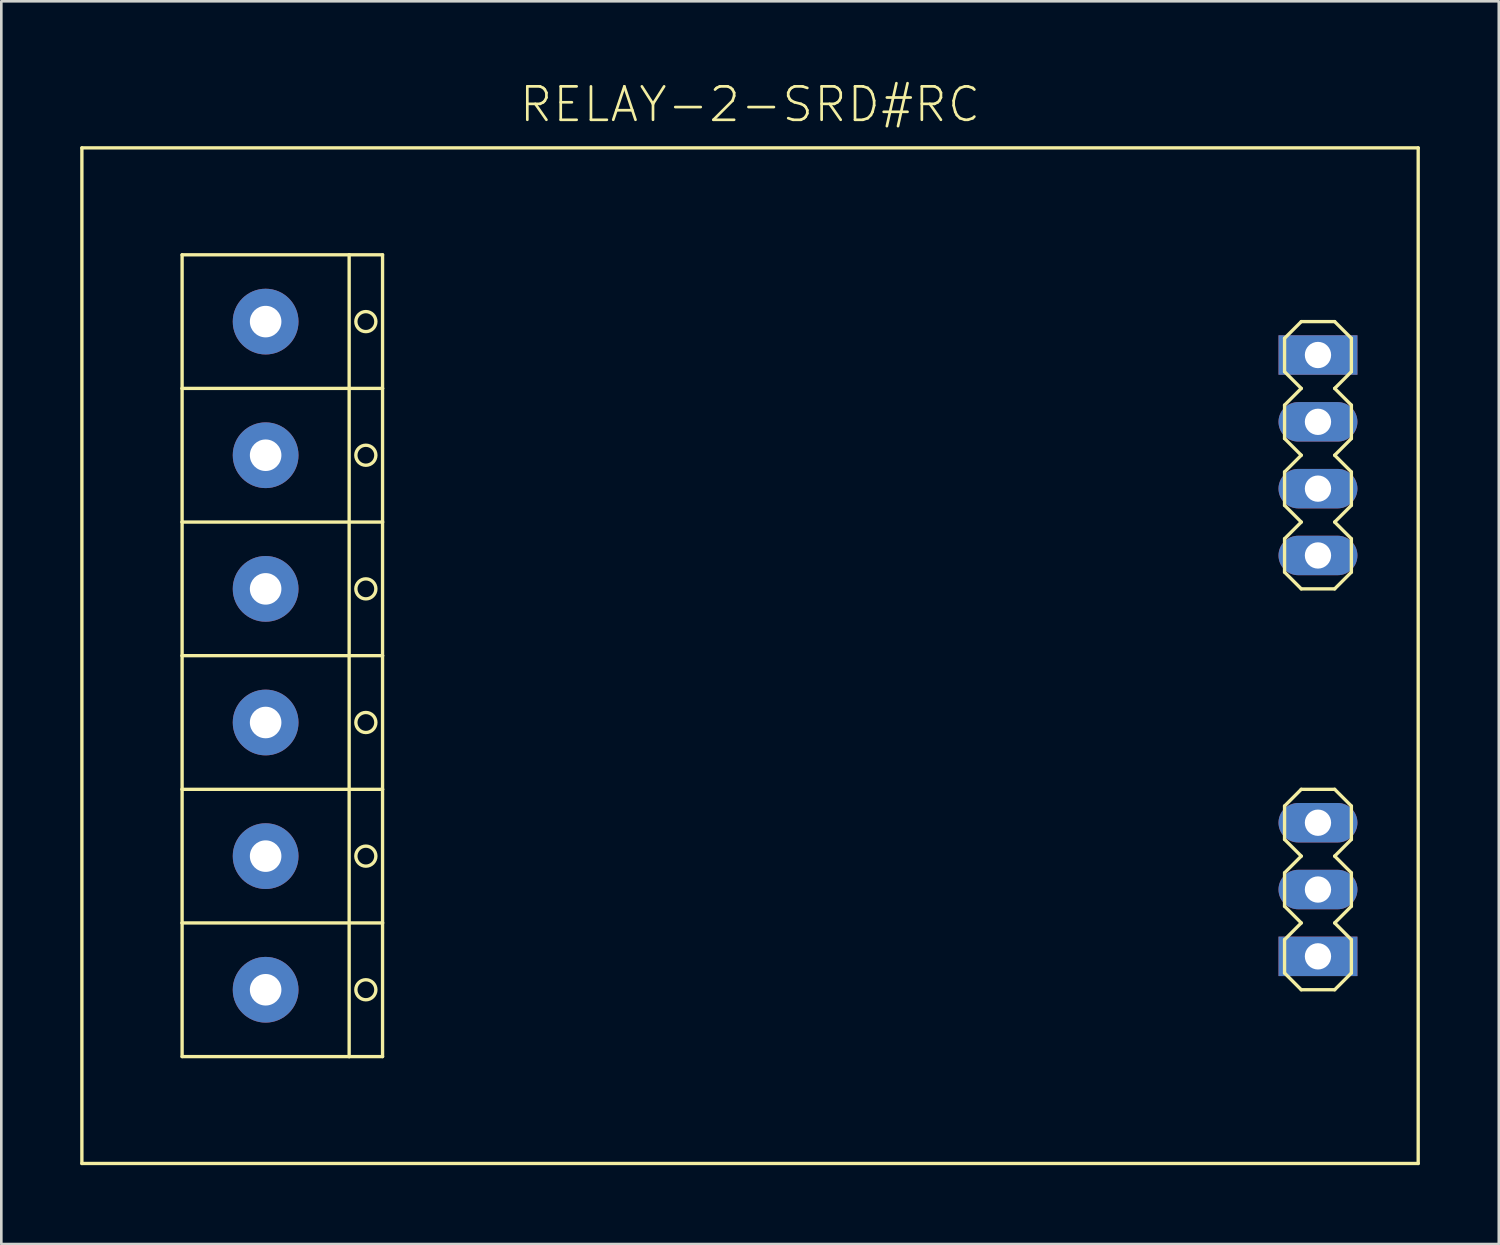
<source format=kicad_pcb>
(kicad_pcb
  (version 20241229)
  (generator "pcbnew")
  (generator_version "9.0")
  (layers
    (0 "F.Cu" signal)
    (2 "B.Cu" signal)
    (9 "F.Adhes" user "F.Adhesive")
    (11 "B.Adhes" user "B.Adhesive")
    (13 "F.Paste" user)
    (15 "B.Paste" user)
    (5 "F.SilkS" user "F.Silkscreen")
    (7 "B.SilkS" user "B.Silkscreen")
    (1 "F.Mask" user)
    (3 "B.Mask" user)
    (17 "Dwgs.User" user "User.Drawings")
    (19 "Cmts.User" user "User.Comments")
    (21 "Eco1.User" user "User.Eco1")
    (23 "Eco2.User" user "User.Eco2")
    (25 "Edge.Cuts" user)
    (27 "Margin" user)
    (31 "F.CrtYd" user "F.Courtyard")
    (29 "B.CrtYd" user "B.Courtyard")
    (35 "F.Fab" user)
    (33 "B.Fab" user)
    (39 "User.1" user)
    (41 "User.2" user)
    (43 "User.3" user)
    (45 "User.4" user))
  (footprint "RELAY-2-SRD#RC"
    (layer "F.Cu")
    (at 25.463 21.876)
    (property "Reference" "RELAY-2-SRD#RC" (at 0 -20.955 0) (layer "F.SilkS") (effects (font (size 1.27 1.27) (thickness 0.102))))
    (attr exclude_from_pos_files exclude_from_bom)
    (fp_line (start -25.4 -19.304) (end 25.4 -19.304) (stroke (width 0.127) (type solid)) (layer "F.SilkS"))
    (fp_line (start -25.4 19.304) (end -25.4 -19.304) (stroke (width 0.127) (type solid)) (layer "F.SilkS"))
    (fp_line (start -21.59 -15.24) (end -15.24 -15.24) (stroke (width 0.127) (type solid)) (layer "F.SilkS"))
    (fp_line (start -21.59 -10.16) (end -21.59 -15.24) (stroke (width 0.127) (type solid)) (layer "F.SilkS"))
    (fp_line (start -21.59 -5.08) (end -21.59 -10.16) (stroke (width 0.127) (type solid)) (layer "F.SilkS"))
    (fp_line (start -21.59 -5.08) (end -21.59 0) (stroke (width 0.127) (type solid)) (layer "F.SilkS"))
    (fp_line (start -21.59 0) (end -21.59 5.08) (stroke (width 0.127) (type solid)) (layer "F.SilkS"))
    (fp_line (start -21.59 0) (end -13.97 0) (stroke (width 0.127) (type solid)) (layer "F.SilkS"))
    (fp_line (start -21.59 5.08) (end -21.59 10.16) (stroke (width 0.127) (type solid)) (layer "F.SilkS"))
    (fp_line (start -21.59 5.08) (end -13.97 5.08) (stroke (width 0.127) (type solid)) (layer "F.SilkS"))
    (fp_line (start -21.59 10.16) (end -21.59 15.24) (stroke (width 0.127) (type solid)) (layer "F.SilkS"))
    (fp_line (start -21.59 10.16) (end -13.97 10.16) (stroke (width 0.127) (type solid)) (layer "F.SilkS"))
    (fp_line (start -21.59 15.24) (end -15.24 15.24) (stroke (width 0.127) (type solid)) (layer "F.SilkS"))
    (fp_line (start -15.24 -15.24) (end -15.24 15.24) (stroke (width 0.127) (type solid)) (layer "F.SilkS"))
    (fp_line (start -15.24 -15.24) (end -13.97 -15.24) (stroke (width 0.127) (type solid)) (layer "F.SilkS"))
    (fp_line (start -15.24 15.24) (end -13.97 15.24) (stroke (width 0.127) (type solid)) (layer "F.SilkS"))
    (fp_line (start -13.97 -15.24) (end -13.97 -10.16) (stroke (width 0.127) (type solid)) (layer "F.SilkS"))
    (fp_line (start -13.97 -10.16) (end -21.59 -10.16) (stroke (width 0.127) (type solid)) (layer "F.SilkS"))
    (fp_line (start -13.97 -10.16) (end -13.97 -5.08) (stroke (width 0.127) (type solid)) (layer "F.SilkS"))
    (fp_line (start -13.97 -5.08) (end -21.59 -5.08) (stroke (width 0.127) (type solid)) (layer "F.SilkS"))
    (fp_line (start -13.97 0) (end -13.97 -5.08) (stroke (width 0.127) (type solid)) (layer "F.SilkS"))
    (fp_line (start -13.97 5.08) (end -13.97 0) (stroke (width 0.127) (type solid)) (layer "F.SilkS"))
    (fp_line (start -13.97 10.16) (end -13.97 5.08) (stroke (width 0.127) (type solid)) (layer "F.SilkS"))
    (fp_line (start -13.97 15.24) (end -13.97 10.16) (stroke (width 0.127) (type solid)) (layer "F.SilkS"))
    (fp_line (start 20.32 -12.065) (end 20.955 -12.7) (stroke (width 0.127) (type solid)) (layer "F.SilkS"))
    (fp_line (start 20.32 -10.795) (end 20.32 -12.065) (stroke (width 0.127) (type solid)) (layer "F.SilkS"))
    (fp_line (start 20.32 -9.525) (end 20.955 -10.16) (stroke (width 0.127) (type solid)) (layer "F.SilkS"))
    (fp_line (start 20.32 -8.255) (end 20.32 -9.525) (stroke (width 0.127) (type solid)) (layer "F.SilkS"))
    (fp_line (start 20.32 -6.985) (end 20.955 -7.62) (stroke (width 0.127) (type solid)) (layer "F.SilkS"))
    (fp_line (start 20.32 -5.715) (end 20.32 -6.985) (stroke (width 0.127) (type solid)) (layer "F.SilkS"))
    (fp_line (start 20.32 -4.445) (end 20.955 -5.08) (stroke (width 0.127) (type solid)) (layer "F.SilkS"))
    (fp_line (start 20.32 -3.175) (end 20.32 -4.445) (stroke (width 0.127) (type solid)) (layer "F.SilkS"))
    (fp_line (start 20.32 5.715) (end 20.955 5.08) (stroke (width 0.127) (type solid)) (layer "F.SilkS"))
    (fp_line (start 20.32 6.985) (end 20.32 5.715) (stroke (width 0.127) (type solid)) (layer "F.SilkS"))
    (fp_line (start 20.32 8.255) (end 20.955 7.62) (stroke (width 0.127) (type solid)) (layer "F.SilkS"))
    (fp_line (start 20.32 9.525) (end 20.32 8.255) (stroke (width 0.127) (type solid)) (layer "F.SilkS"))
    (fp_line (start 20.32 10.795) (end 20.955 10.16) (stroke (width 0.127) (type solid)) (layer "F.SilkS"))
    (fp_line (start 20.32 12.065) (end 20.32 10.795) (stroke (width 0.127) (type solid)) (layer "F.SilkS"))
    (fp_line (start 20.955 -12.7) (end 22.225 -12.7) (stroke (width 0.127) (type solid)) (layer "F.SilkS"))
    (fp_line (start 20.955 -10.16) (end 20.32 -10.795) (stroke (width 0.127) (type solid)) (layer "F.SilkS"))
    (fp_line (start 20.955 -7.62) (end 20.32 -8.255) (stroke (width 0.127) (type solid)) (layer "F.SilkS"))
    (fp_line (start 20.955 -5.08) (end 20.32 -5.715) (stroke (width 0.127) (type solid)) (layer "F.SilkS"))
    (fp_line (start 20.955 -2.54) (end 20.32 -3.175) (stroke (width 0.127) (type solid)) (layer "F.SilkS"))
    (fp_line (start 20.955 5.08) (end 22.225 5.08) (stroke (width 0.127) (type solid)) (layer "F.SilkS"))
    (fp_line (start 20.955 7.62) (end 20.32 6.985) (stroke (width 0.127) (type solid)) (layer "F.SilkS"))
    (fp_line (start 20.955 10.16) (end 20.32 9.525) (stroke (width 0.127) (type solid)) (layer "F.SilkS"))
    (fp_line (start 20.955 12.7) (end 20.32 12.065) (stroke (width 0.127) (type solid)) (layer "F.SilkS"))
    (fp_line (start 22.225 -12.7) (end 22.86 -12.065) (stroke (width 0.127) (type solid)) (layer "F.SilkS"))
    (fp_line (start 22.225 -10.16) (end 22.86 -9.525) (stroke (width 0.127) (type solid)) (layer "F.SilkS"))
    (fp_line (start 22.225 -7.62) (end 22.86 -6.985) (stroke (width 0.127) (type solid)) (layer "F.SilkS"))
    (fp_line (start 22.225 -5.08) (end 22.86 -4.445) (stroke (width 0.127) (type solid)) (layer "F.SilkS"))
    (fp_line (start 22.225 -2.54) (end 20.955 -2.54) (stroke (width 0.127) (type solid)) (layer "F.SilkS"))
    (fp_line (start 22.225 5.08) (end 22.86 5.715) (stroke (width 0.127) (type solid)) (layer "F.SilkS"))
    (fp_line (start 22.225 7.62) (end 22.86 8.255) (stroke (width 0.127) (type solid)) (layer "F.SilkS"))
    (fp_line (start 22.225 10.16) (end 22.86 10.795) (stroke (width 0.127) (type solid)) (layer "F.SilkS"))
    (fp_line (start 22.225 12.7) (end 20.955 12.7) (stroke (width 0.127) (type solid)) (layer "F.SilkS"))
    (fp_line (start 22.86 -12.065) (end 22.86 -10.795) (stroke (width 0.127) (type solid)) (layer "F.SilkS"))
    (fp_line (start 22.86 -10.795) (end 22.225 -10.16) (stroke (width 0.127) (type solid)) (layer "F.SilkS"))
    (fp_line (start 22.86 -9.525) (end 22.86 -8.255) (stroke (width 0.127) (type solid)) (layer "F.SilkS"))
    (fp_line (start 22.86 -8.255) (end 22.225 -7.62) (stroke (width 0.127) (type solid)) (layer "F.SilkS"))
    (fp_line (start 22.86 -6.985) (end 22.86 -5.715) (stroke (width 0.127) (type solid)) (layer "F.SilkS"))
    (fp_line (start 22.86 -5.715) (end 22.225 -5.08) (stroke (width 0.127) (type solid)) (layer "F.SilkS"))
    (fp_line (start 22.86 -4.445) (end 22.86 -3.175) (stroke (width 0.127) (type solid)) (layer "F.SilkS"))
    (fp_line (start 22.86 -3.175) (end 22.225 -2.54) (stroke (width 0.127) (type solid)) (layer "F.SilkS"))
    (fp_line (start 22.86 5.715) (end 22.86 6.985) (stroke (width 0.127) (type solid)) (layer "F.SilkS"))
    (fp_line (start 22.86 6.985) (end 22.225 7.62) (stroke (width 0.127) (type solid)) (layer "F.SilkS"))
    (fp_line (start 22.86 8.255) (end 22.86 9.525) (stroke (width 0.127) (type solid)) (layer "F.SilkS"))
    (fp_line (start 22.86 9.525) (end 22.225 10.16) (stroke (width 0.127) (type solid)) (layer "F.SilkS"))
    (fp_line (start 22.86 10.795) (end 22.86 12.065) (stroke (width 0.127) (type solid)) (layer "F.SilkS"))
    (fp_line (start 22.86 12.065) (end 22.225 12.7) (stroke (width 0.127) (type solid)) (layer "F.SilkS"))
    (fp_line (start 25.4 -19.304) (end 25.4 19.304) (stroke (width 0.127) (type solid)) (layer "F.SilkS"))
    (fp_line (start 25.4 19.304) (end -25.4 19.304) (stroke (width 0.127) (type solid)) (layer "F.SilkS"))
    (fp_circle (center -14.605 -12.7) (end -14.605 -13.081) (stroke (width 0.127) (type solid)) (fill no) (layer "F.SilkS"))
    (fp_circle (center -14.605 -7.62) (end -14.605 -8.001) (stroke (width 0.127) (type solid)) (fill no) (layer "F.SilkS"))
    (fp_circle (center -14.605 -2.54) (end -14.605 -2.921) (stroke (width 0.127) (type solid)) (fill no) (layer "F.SilkS"))
    (fp_circle (center -14.605 2.54) (end -14.605 2.159) (stroke (width 0.127) (type solid)) (fill no) (layer "F.SilkS"))
    (fp_circle (center -14.605 7.62) (end -14.605 7.239) (stroke (width 0.127) (type solid)) (fill no) (layer "F.SilkS"))
    (fp_circle (center -14.605 12.7) (end -14.605 12.319) (stroke (width 0.127) (type solid)) (fill no) (layer "F.SilkS"))
    (pad "J1.1" thru_hole rect (at 21.59 -11.43) (size 3 1.5) (drill 1) (layers "*.Cu" "*.Paste" "*.Mask"))
    (pad "J1.2" thru_hole oval (at 21.59 -8.89) (size 3 1.5) (drill 1) (layers "*.Cu" "*.Paste" "*.Mask"))
    (pad "J1.3" thru_hole oval (at 21.59 -6.35) (size 3 1.5) (drill 1) (layers "*.Cu" "*.Paste" "*.Mask"))
    (pad "J1.4" thru_hole oval (at 21.59 -3.81) (size 3 1.5) (drill 1) (layers "*.Cu" "*.Paste" "*.Mask"))
    (pad "J2.1" thru_hole rect (at 21.59 11.43) (size 3 1.5) (drill 1) (layers "*.Cu" "*.Paste" "*.Mask"))
    (pad "J2.2" thru_hole oval (at 21.59 8.89) (size 3 1.5) (drill 1) (layers "*.Cu" "*.Paste" "*.Mask"))
    (pad "J2.3" thru_hole oval (at 21.59 6.35) (size 3 1.5) (drill 1) (layers "*.Cu" "*.Paste" "*.Mask"))
    (pad "P1.1" thru_hole circle (at -18.415 -12.7) (size 2.499 2.499) (drill 1.199) (layers "*.Cu" "*.Paste" "*.Mask"))
    (pad "P1.2" thru_hole circle (at -18.415 -7.62) (size 2.499 2.499) (drill 1.199) (layers "*.Cu" "*.Paste" "*.Mask"))
    (pad "P1.3" thru_hole circle (at -18.415 -2.54) (size 2.499 2.499) (drill 1.199) (layers "*.Cu" "*.Paste" "*.Mask"))
    (pad "P1.4" thru_hole circle (at -18.415 2.54) (size 2.499 2.499) (drill 1.199) (layers "*.Cu" "*.Paste" "*.Mask"))
    (pad "P1.5" thru_hole circle (at -18.415 7.62) (size 2.499 2.499) (drill 1.199) (layers "*.Cu" "*.Paste" "*.Mask"))
    (pad "P1.6" thru_hole circle (at -18.415 12.7) (size 2.499 2.499) (drill 1.199) (layers "*.Cu" "*.Paste" "*.Mask")))
  (gr_rect
    (start -3 -3)
    (end 53.927 44.244)
    (stroke (width 0.1) (type default))
    (fill no)
    (layer "Edge.Cuts")))
</source>
